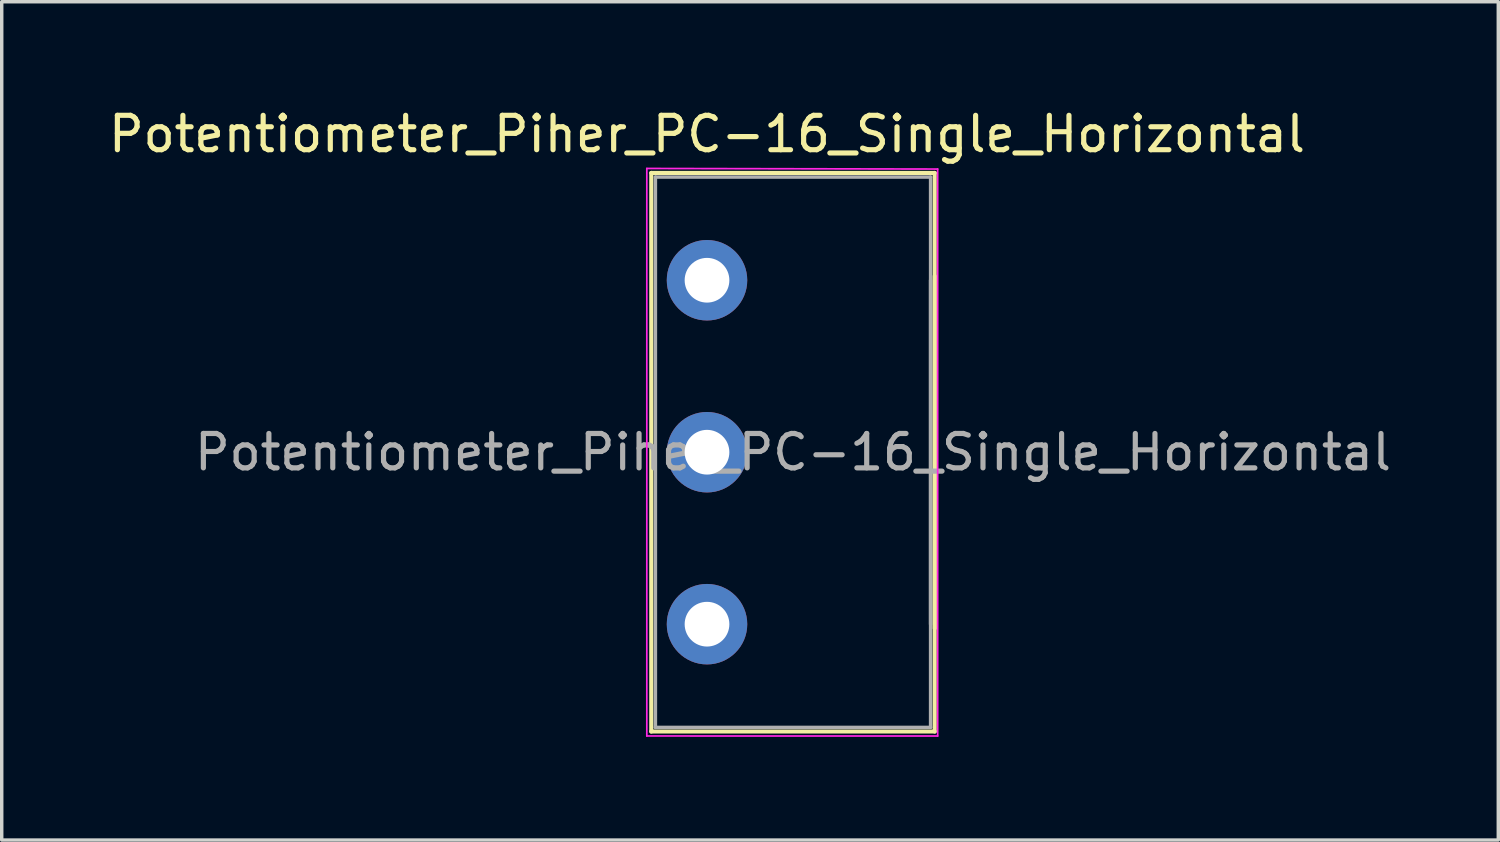
<source format=kicad_pcb>
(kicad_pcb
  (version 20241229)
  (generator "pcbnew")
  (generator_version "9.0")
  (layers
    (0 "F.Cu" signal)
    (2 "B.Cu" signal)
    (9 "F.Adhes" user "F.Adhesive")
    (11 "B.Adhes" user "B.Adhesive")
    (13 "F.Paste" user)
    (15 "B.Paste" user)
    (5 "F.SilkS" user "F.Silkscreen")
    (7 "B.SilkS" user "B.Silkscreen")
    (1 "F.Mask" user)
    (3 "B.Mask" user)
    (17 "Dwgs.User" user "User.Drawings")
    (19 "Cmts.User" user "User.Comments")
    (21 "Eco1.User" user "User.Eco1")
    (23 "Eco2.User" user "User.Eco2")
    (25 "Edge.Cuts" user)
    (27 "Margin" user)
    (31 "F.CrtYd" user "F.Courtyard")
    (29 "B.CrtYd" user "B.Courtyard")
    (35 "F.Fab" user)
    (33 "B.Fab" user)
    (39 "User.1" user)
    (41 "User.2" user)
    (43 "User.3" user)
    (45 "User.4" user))
  (footprint "Potentiometer_Piher_PC-16_Single_Horizontal"
    (layer "F.Cu")
    (at 17.506 15.098)
    (property "Reference" "Potentiometer_Piher_PC-16_Single_Horizontal" (at 0 -14.25 0) (layer "F.SilkS") (effects (font (size 1 1) (thickness 0.15))))
    (attr through_hole)
    (fp_line (start -1.62 -13.12) (end -1.62 3.12) (stroke (width 0.12) (type solid)) (layer "F.SilkS"))
    (fp_line (start -1.62 -13.12) (end 6.62 -13.12) (stroke (width 0.12) (type solid)) (layer "F.SilkS"))
    (fp_line (start -1.62 3.12) (end 6.62 3.12) (stroke (width 0.12) (type solid)) (layer "F.SilkS"))
    (fp_line (start 6.62 -13.12) (end 6.62 3.12) (stroke (width 0.12) (type solid)) (layer "F.SilkS"))
    (fp_line (start 6.62 -10.12) (end 6.62 0.12) (stroke (width 0.12) (type solid)) (layer "F.SilkS"))
    (fp_line (start -1.75 -13.25) (end -1.75 3.25) (stroke (width 0.05) (type solid)) (layer "F.CrtYd"))
    (fp_line (start -1.75 3.25) (end 6.706 3.251) (stroke (width 0.05) (type solid)) (layer "F.CrtYd"))
    (fp_line (start 6.706 -13.233) (end -1.75 -13.25) (stroke (width 0.05) (type solid)) (layer "F.CrtYd"))
    (fp_line (start 6.706 -13.233) (end 6.706 3.251) (stroke (width 0.05) (type default)) (layer "F.CrtYd"))
    (fp_line (start -1.5 -13) (end -1.5 3) (stroke (width 0.1) (type solid)) (layer "F.Fab"))
    (fp_line (start -1.5 3) (end 6.5 3) (stroke (width 0.1) (type solid)) (layer "F.Fab"))
    (fp_line (start 6.5 -13) (end -1.5 -13) (stroke (width 0.1) (type solid)) (layer "F.Fab"))
    (fp_line (start 6.5 -10) (end 6.5 0) (stroke (width 0.1) (type solid)) (layer "F.Fab"))
    (fp_line (start 6.5 3) (end 6.5 -13) (stroke (width 0.1) (type solid)) (layer "F.Fab"))
    (fp_text user "${REFERENCE}" (at 2.5 -5 0) (layer "F.Fab") (effects (font (size 1 1) (thickness 0.15))))
    (pad "1" thru_hole circle (at 0 0) (size 2.34 2.34) (drill 1.3) (layers "*.Cu" "*.Mask"))
    (pad "2" thru_hole circle (at 0 -5) (size 2.34 2.34) (drill 1.3) (layers "*.Cu" "*.Mask"))
    (pad "3" thru_hole circle (at 0 -10) (size 2.34 2.34) (drill 1.3) (layers "*.Cu" "*.Mask")))
  (gr_rect
    (start -3 -3)
    (end 40.512 21.374)
    (stroke (width 0.1) (type default))
    (fill no)
    (layer "Edge.Cuts")))
</source>
